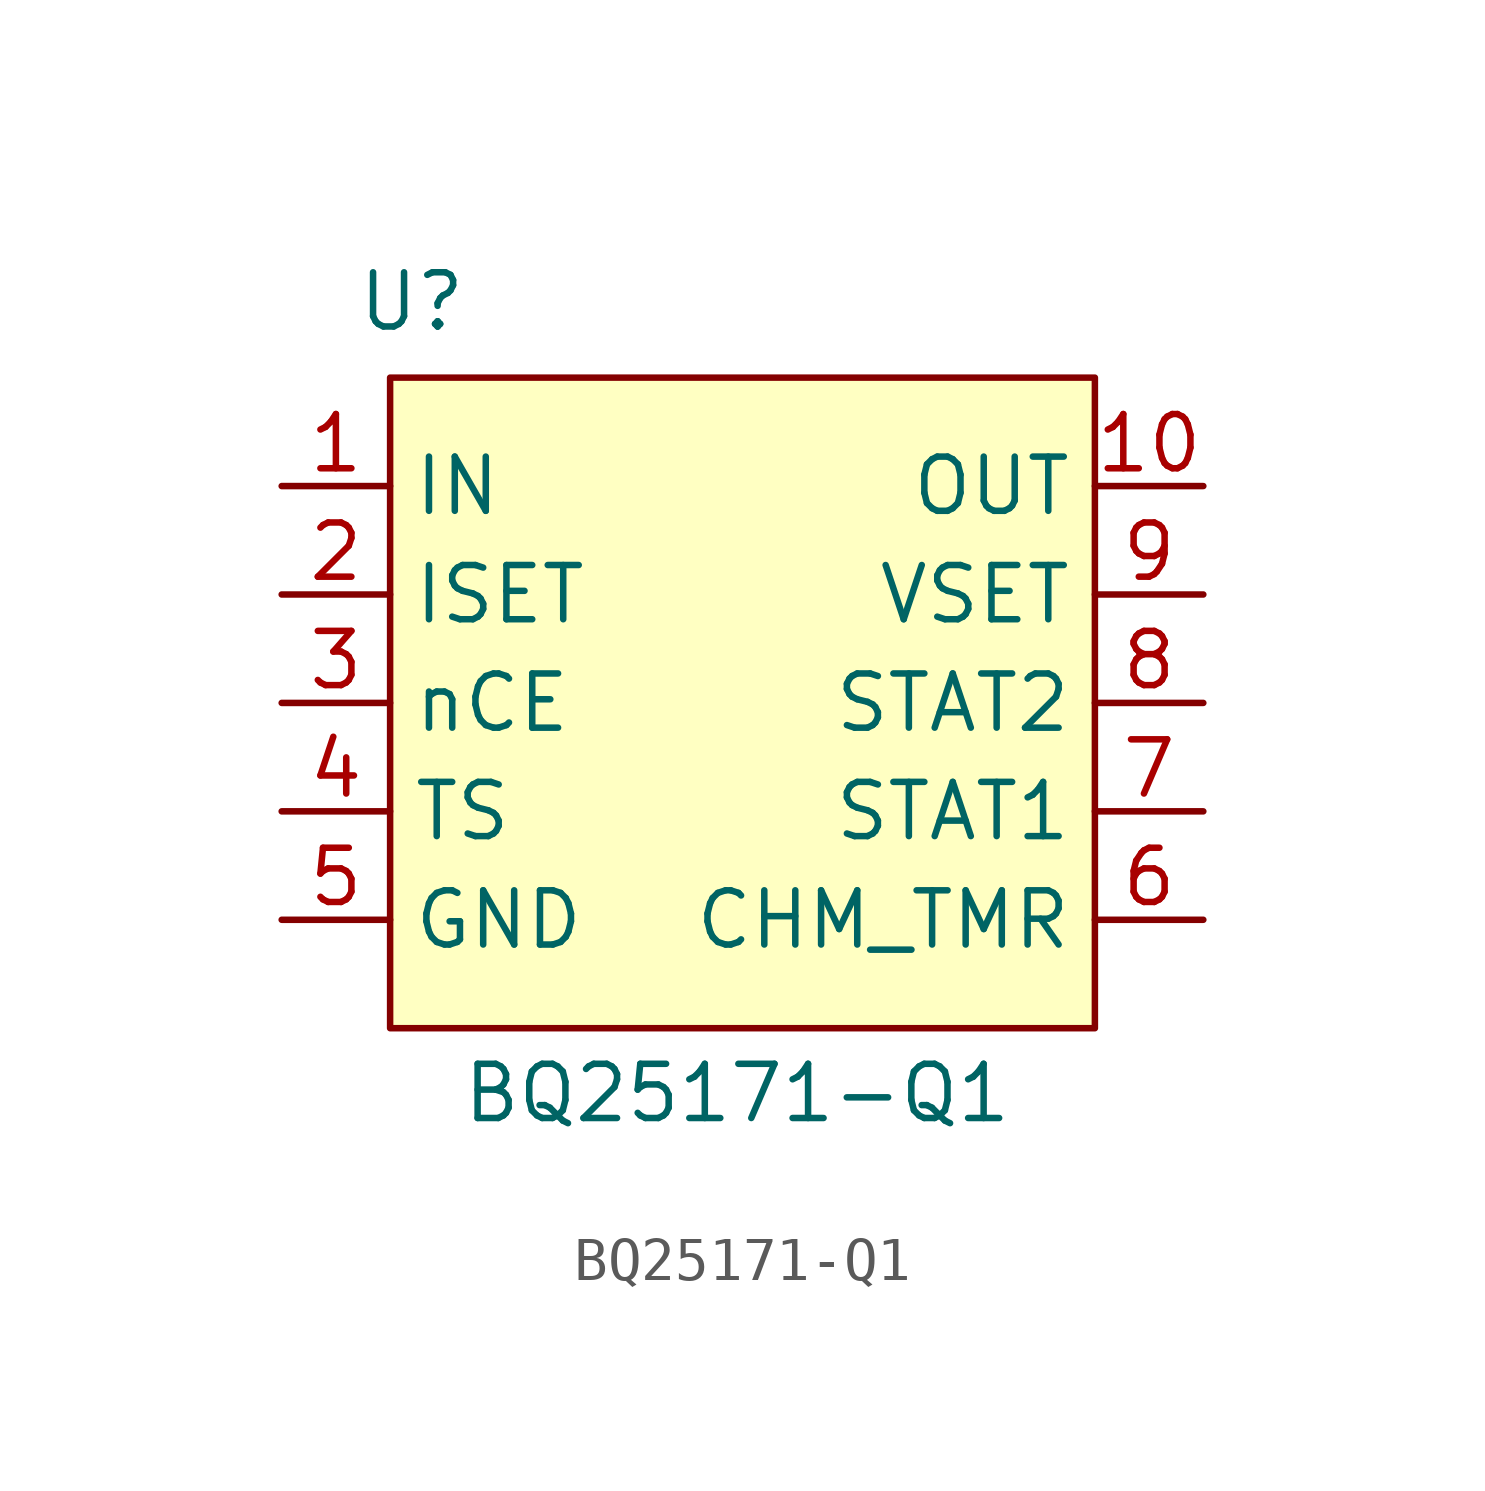
<source format=kicad_sym>
(kicad_symbol_lib
  (version 20241209)
  (generator "kicad_symbol_editor")
  (generator_version "9.0")
  (symbol "BQ25171-Q1"
    (property "Reference" "U"
      (at 0.508 1.778 0)
      (effects (font (size 1.27 1.27))))
    (property "Value" "BQ25171-Q1"
      (at 8.128 -16.764 0)
      (effects (font (size 1.27 1.27))))
    (symbol "BQ25171-Q1_1_1"
      (rectangle (start 0 0) (end 16.51 -15.24) (stroke (width 0) (type solid)) (fill (type background)))
      (pin input line (at -2.54 -2.54 0) (length 2.54) (name "IN" (effects (font (size 1.27 1.27)))) (number "1" (effects (font (size 1.27 1.27)))))
      (pin input line (at -2.54 -5.08 0) (length 2.54) (name "ISET" (effects (font (size 1.27 1.27)))) (number "2" (effects (font (size 1.27 1.27)))))
      (pin input line (at -2.54 -7.62 0) (length 2.54) (name "nCE" (effects (font (size 1.27 1.27)))) (number "3" (effects (font (size 1.27 1.27)))))
      (pin input line (at -2.54 -10.16 0) (length 2.54) (name "TS" (effects (font (size 1.27 1.27)))) (number "4" (effects (font (size 1.27 1.27)))))
      (pin input line (at -2.54 -12.7 0) (length 2.54) (name "GND" (effects (font (size 1.27 1.27)))) (number "5" (effects (font (size 1.27 1.27)))))
      (pin output line (at -2.54 -12.7 0) (length 2.54) (hide yes) (name "GND" (effects (font (size 1.27 1.27)))) (number "GND" (effects (font (size 1.27 1.27)))))
      (pin output line (at 19.05 -2.54 180) (length 2.54) (name "OUT" (effects (font (size 1.27 1.27)))) (number "10" (effects (font (size 1.27 1.27)))))
      (pin output line (at 19.05 -5.08 180) (length 2.54) (name "VSET" (effects (font (size 1.27 1.27)))) (number "9" (effects (font (size 1.27 1.27)))))
      (pin output line (at 19.05 -7.62 180) (length 2.54) (name "STAT2" (effects (font (size 1.27 1.27)))) (number "8" (effects (font (size 1.27 1.27)))))
      (pin output line (at 19.05 -10.16 180) (length 2.54) (name "STAT1" (effects (font (size 1.27 1.27)))) (number "7" (effects (font (size 1.27 1.27)))))
      (pin input line (at 19.05 -12.7 180) (length 2.54) (name "CHM_TMR" (effects (font (size 1.27 1.27)))) (number "6" (effects (font (size 1.27 1.27))))))))
</source>
